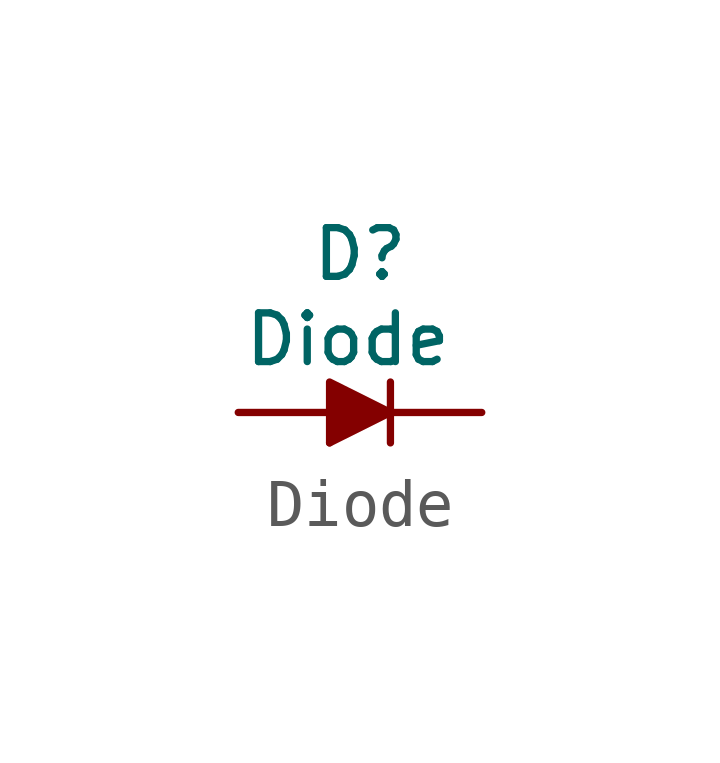
<source format=kicad_sym>
(kicad_symbol_lib
  (version 20231120)
  (generator "kicad_symbol_editor")
  (generator_version "8.0")
  (symbol "Diode"
    (pin_numbers hide)
    (pin_names
      (offset 1.016) hide)
    (property "Reference" "D"
      (at 0 3.302 0)
      (effects (font (size 1.016 1.016))))
    (property "Value" "Diode"
      (at -0.254 1.524 0)
      (effects (font (size 1.016 1.016))))
    (property "Footprint" ""
      (at -0.635 0 0)
      (effects (font (size 1.524 1.524))))
    (property "Datasheet" ""
      (at -0.635 0 0)
      (effects (font (size 1.524 1.524))))
    (symbol "Diode_0_1"
      (polyline (pts (xy -0.635 -0.635) (xy 0.635 0)) (stroke (width 0) (type default)) (fill (type none)))
      (polyline (pts (xy 0.635 -0.635) (xy 0.635 0.635) (xy 0.635 0.635)) (stroke (width 0) (type solid)) (fill (type none)))
      (polyline (pts (xy 0.635 0) (xy -0.635 0.635) (xy -0.635 -0.635) (xy -0.635 -0.635)) (stroke (width 0) (type solid)) (fill (type outline))))
    (symbol "Diode_1_1"
      (pin passive line (at -2.54 0 0) (length 1.905) (name "A" (effects (font (size 1.016 1.016)))) (number "1" (effects (font (size 1.016 1.016)))))
      (pin passive line (at 2.54 0 180) (length 1.905) (name "K" (effects (font (size 1.016 1.016)))) (number "2" (effects (font (size 1.016 1.016))))))))
</source>
